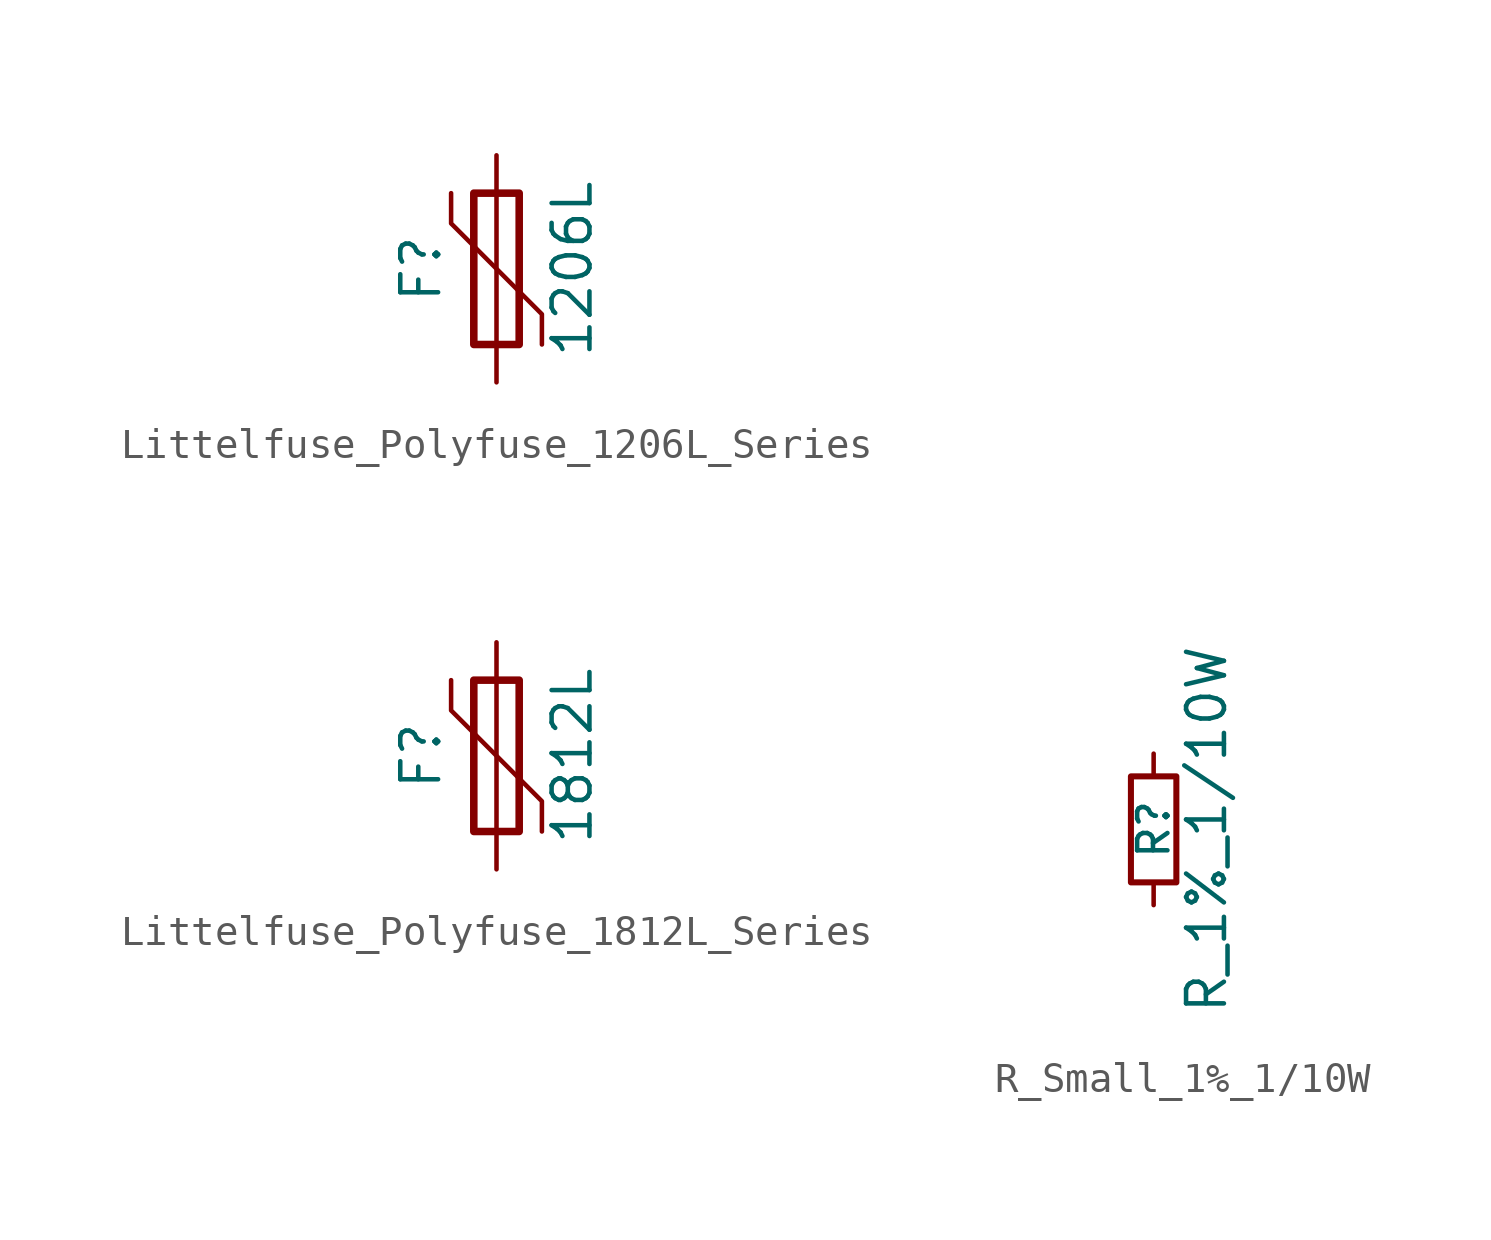
<source format=kicad_sym>
(kicad_symbol_lib
  (version 20241209)
  (generator "kicad_symbol_editor")
  (generator_version "9.0")
  (symbol "Littelfuse_Polyfuse_1206L_Series"
    (pin_numbers
      (hide yes))
    (pin_names
      (offset 0))
    (property "Reference" "F"
      (at -2.54 0 90)
      (effects (font (size 1.27 1.27))))
    (property "Value" "1206L"
      (at 2.54 0 90)
      (effects (font (size 1.27 1.27))))
    (symbol "Littelfuse_Polyfuse_1206L_Series_0_1"
      (polyline (pts (xy -1.524 2.54) (xy -1.524 1.524) (xy 1.524 -1.524) (xy 1.524 -2.54)) (stroke (width 0) (type default)) (fill (type none)))
      (rectangle (start -0.762 2.54) (end 0.762 -2.54) (stroke (width 0.254) (type default)) (fill (type none)))
      (polyline (pts (xy 0 2.54) (xy 0 -2.54)) (stroke (width 0) (type default)) (fill (type none))))
    (symbol "Littelfuse_Polyfuse_1206L_Series_1_1"
      (pin passive line (at 0 3.81 270) (length 1.27) (name "~" (effects (font (size 1.27 1.27)))) (number "1" (effects (font (size 1.27 1.27)))))
      (pin passive line (at 0 -3.81 90) (length 1.27) (name "~" (effects (font (size 1.27 1.27)))) (number "2" (effects (font (size 1.27 1.27)))))))
  (symbol "Littelfuse_Polyfuse_1812L_Series"
    (pin_numbers
      (hide yes))
    (pin_names
      (offset 0))
    (property "Reference" "F"
      (at -2.54 0 90)
      (effects (font (size 1.27 1.27))))
    (property "Value" "1812L"
      (at 2.54 0 90)
      (effects (font (size 1.27 1.27))))
    (symbol "Littelfuse_Polyfuse_1812L_Series_0_1"
      (polyline (pts (xy -1.524 2.54) (xy -1.524 1.524) (xy 1.524 -1.524) (xy 1.524 -2.54)) (stroke (width 0) (type default)) (fill (type none)))
      (rectangle (start -0.762 2.54) (end 0.762 -2.54) (stroke (width 0.254) (type default)) (fill (type none)))
      (polyline (pts (xy 0 2.54) (xy 0 -2.54)) (stroke (width 0) (type default)) (fill (type none))))
    (symbol "Littelfuse_Polyfuse_1812L_Series_1_1"
      (pin passive line (at 0 3.81 270) (length 1.27) (name "~" (effects (font (size 1.27 1.27)))) (number "1" (effects (font (size 1.27 1.27)))))
      (pin passive line (at 0 -3.81 90) (length 1.27) (name "~" (effects (font (size 1.27 1.27)))) (number "2" (effects (font (size 1.27 1.27)))))))
  (symbol "R_Small_1%_1/10W"
    (pin_numbers
      (hide yes))
    (pin_names
      (offset 0.254)
      (hide yes))
    (property "Reference" "R"
      (at 0 0 90)
      (effects (font (size 1.016 1.016))))
    (property "Value" "R_1%_1/10W"
      (at 1.778 0 90)
      (effects (font (size 1.27 1.27))))
    (symbol "R_Small_1%_1/10W_0_1"
      (rectangle (start -0.762 1.778) (end 0.762 -1.778) (stroke (width 0.203) (type default)) (fill (type none))))
    (symbol "R_Small_1%_1/10W_1_1"
      (pin passive line (at 0 2.54 270) (length 0.762) (name "~" (effects (font (size 1.27 1.27)))) (number "1" (effects (font (size 1.27 1.27)))))
      (pin passive line (at 0 -2.54 90) (length 0.762) (name "~" (effects (font (size 1.27 1.27)))) (number "2" (effects (font (size 1.27 1.27))))))))
</source>
